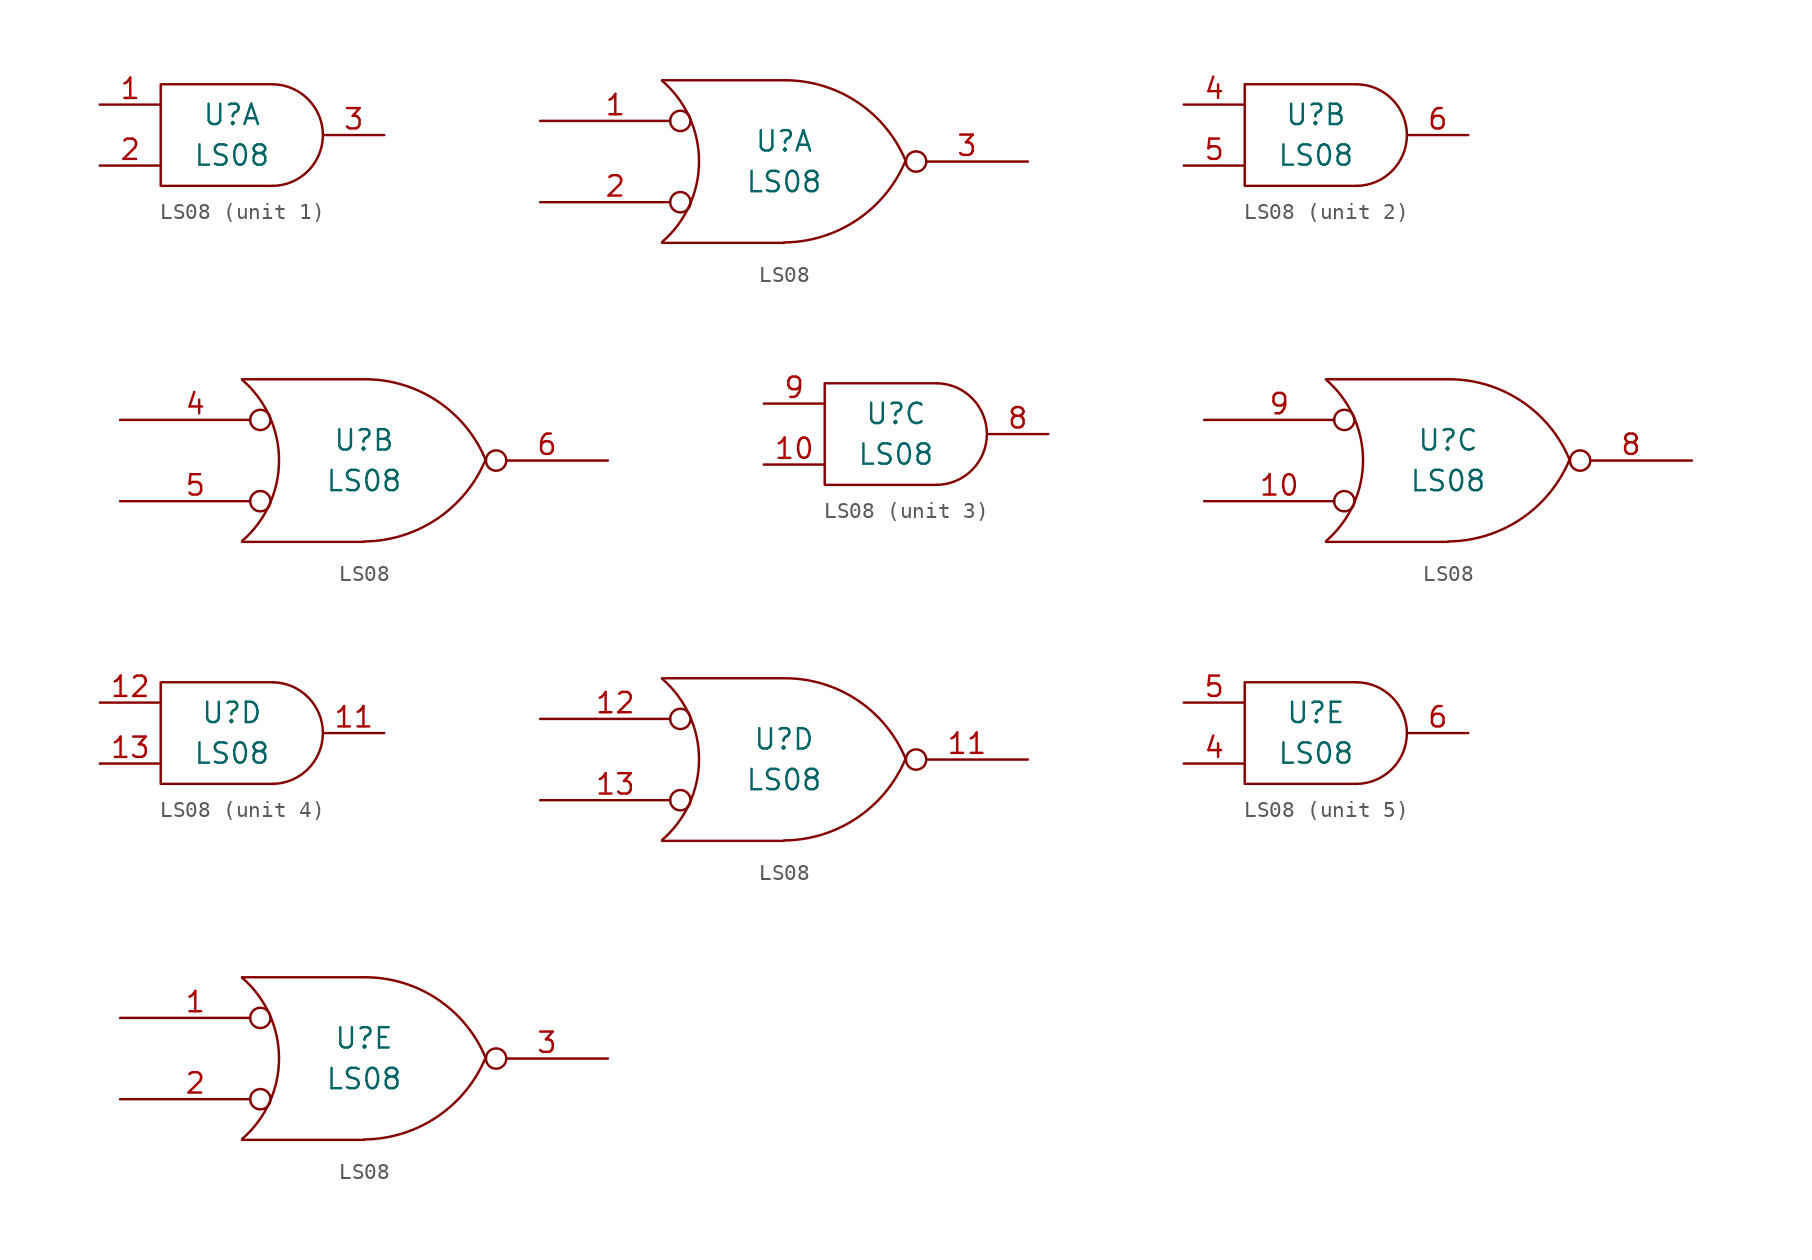
<source format=kicad_sym>
(kicad_symbol_lib
  (version 20211014)
  (generator kicad_symbol_editor)
  (symbol "LS08"
    (pin_names
      (offset 0.762))
    (property "Reference" "U"
      (at 0 1.27 0)
      (effects (font (size 1.27 1.27))))
    (property "Value" "LS08"
      (at 0 -1.27 0)
      (effects (font (size 1.27 1.27))))
    (symbol "LS08_0_1"
      (polyline (pts (xy 2.54 3.175) (xy -4.445 3.175) (xy -4.445 -3.175) (xy 2.54 -3.175)) (stroke (width 0) (type default) (color 0 0 0 0)) (fill (type none)))
      (arc (start 2.54 -3.175) (mid 5.6899 -0.0125) (end 2.5654 3.175) (stroke (width 0) (type default) (color 0 0 0 0)) (fill (type none))))
    (symbol "LS08_0_2"
      (arc (start -7.62 -5.0292) (mid -5.3094 0.0127) (end -7.62 5.0546) (stroke (width 0) (type default) (color 0 0 0 0)) (fill (type none)))
      (arc (start 0 -5.0546) (mid 4.5649 -3.6437) (end 7.5946 0.0508) (stroke (width 0) (type default) (color 0 0 0 0)) (fill (type none)))
      (polyline (pts (xy -7.62 -5.08) (xy 0 -5.08)) (stroke (width 0) (type default) (color 0 0 0 0)) (fill (type none)))
      (polyline (pts (xy -7.62 5.08) (xy 0 5.08)) (stroke (width 0) (type default) (color 0 0 0 0)) (fill (type none)))
      (arc (start 7.62 0) (mid 4.6112 3.6959) (end 0.0508 5.08) (stroke (width 0) (type default) (color 0 0 0 0)) (fill (type none))))
    (symbol "LS08_1_1"
      (pin input line (at -8.255 1.905 0) (length 3.81) (name "~" (effects (font (size 1.27 1.27)))) (number "1" (effects (font (size 1.27 1.27)))))
      (pin input line (at -8.255 -1.905 0) (length 3.81) (name "~" (effects (font (size 1.27 1.27)))) (number "2" (effects (font (size 1.27 1.27)))))
      (pin output line (at 9.525 0 180) (length 3.81) (name "~" (effects (font (size 1.27 1.27)))) (number "3" (effects (font (size 1.27 1.27))))))
    (symbol "LS08_1_2"
      (pin input inverted (at -15.24 2.54 0) (length 9.398) (name "~" (effects (font (size 1.27 1.27)))) (number "1" (effects (font (size 1.27 1.27)))))
      (pin input inverted (at -15.24 -2.54 0) (length 9.398) (name "~" (effects (font (size 1.27 1.27)))) (number "2" (effects (font (size 1.27 1.27)))))
      (pin output inverted (at 15.24 0 180) (length 7.62) (name "~" (effects (font (size 1.27 1.27)))) (number "3" (effects (font (size 1.27 1.27))))))
    (symbol "LS08_2_1"
      (pin input line (at -8.255 1.905 0) (length 3.81) (name "~" (effects (font (size 1.27 1.27)))) (number "4" (effects (font (size 1.27 1.27)))))
      (pin input line (at -8.255 -1.905 0) (length 3.81) (name "~" (effects (font (size 1.27 1.27)))) (number "5" (effects (font (size 1.27 1.27)))))
      (pin output line (at 9.525 0 180) (length 3.81) (name "~" (effects (font (size 1.27 1.27)))) (number "6" (effects (font (size 1.27 1.27))))))
    (symbol "LS08_2_2"
      (pin input inverted (at -15.24 2.54 0) (length 9.398) (name "~" (effects (font (size 1.27 1.27)))) (number "4" (effects (font (size 1.27 1.27)))))
      (pin input inverted (at -15.24 -2.54 0) (length 9.398) (name "~" (effects (font (size 1.27 1.27)))) (number "5" (effects (font (size 1.27 1.27)))))
      (pin output inverted (at 15.24 0 180) (length 7.62) (name "~" (effects (font (size 1.27 1.27)))) (number "6" (effects (font (size 1.27 1.27))))))
    (symbol "LS08_3_1"
      (pin input line (at -8.255 -1.905 0) (length 3.81) (name "~" (effects (font (size 1.27 1.27)))) (number "10" (effects (font (size 1.27 1.27)))))
      (pin output line (at 9.525 0 180) (length 3.81) (name "~" (effects (font (size 1.27 1.27)))) (number "8" (effects (font (size 1.27 1.27)))))
      (pin input line (at -8.255 1.905 0) (length 3.81) (name "~" (effects (font (size 1.27 1.27)))) (number "9" (effects (font (size 1.27 1.27))))))
    (symbol "LS08_3_2"
      (pin input inverted (at -15.24 -2.54 0) (length 9.398) (name "~" (effects (font (size 1.27 1.27)))) (number "10" (effects (font (size 1.27 1.27)))))
      (pin output inverted (at 15.24 0 180) (length 7.62) (name "~" (effects (font (size 1.27 1.27)))) (number "8" (effects (font (size 1.27 1.27)))))
      (pin input inverted (at -15.24 2.54 0) (length 9.398) (name "~" (effects (font (size 1.27 1.27)))) (number "9" (effects (font (size 1.27 1.27))))))
    (symbol "LS08_4_1"
      (pin output line (at 9.525 0 180) (length 3.81) (name "~" (effects (font (size 1.27 1.27)))) (number "11" (effects (font (size 1.27 1.27)))))
      (pin input line (at -8.255 1.905 0) (length 3.81) (name "~" (effects (font (size 1.27 1.27)))) (number "12" (effects (font (size 1.27 1.27)))))
      (pin input line (at -8.255 -1.905 0) (length 3.81) (name "~" (effects (font (size 1.27 1.27)))) (number "13" (effects (font (size 1.27 1.27))))))
    (symbol "LS08_4_2"
      (pin output inverted (at 15.24 0 180) (length 7.62) (name "~" (effects (font (size 1.27 1.27)))) (number "11" (effects (font (size 1.27 1.27)))))
      (pin input inverted (at -15.24 2.54 0) (length 9.398) (name "~" (effects (font (size 1.27 1.27)))) (number "12" (effects (font (size 1.27 1.27)))))
      (pin input inverted (at -15.24 -2.54 0) (length 9.398) (name "~" (effects (font (size 1.27 1.27)))) (number "13" (effects (font (size 1.27 1.27))))))
    (symbol "LS08_5_1"
      (pin input line (at -8.255 -1.905 0) (length 3.81) (name "~" (effects (font (size 1.27 1.27)))) (number "4" (effects (font (size 1.27 1.27)))))
      (pin input line (at -8.255 1.905 0) (length 3.81) (name "~" (effects (font (size 1.27 1.27)))) (number "5" (effects (font (size 1.27 1.27)))))
      (pin output line (at 9.525 0 180) (length 3.81) (name "~" (effects (font (size 1.27 1.27)))) (number "6" (effects (font (size 1.27 1.27))))))
    (symbol "LS08_5_2"
      (pin input inverted (at -15.24 2.54 0) (length 9.398) (name "~" (effects (font (size 1.27 1.27)))) (number "1" (effects (font (size 1.27 1.27)))))
      (pin input inverted (at -15.24 -2.54 0) (length 9.398) (name "~" (effects (font (size 1.27 1.27)))) (number "2" (effects (font (size 1.27 1.27)))))
      (pin output inverted (at 15.24 0 180) (length 7.62) (name "~" (effects (font (size 1.27 1.27)))) (number "3" (effects (font (size 1.27 1.27))))))))
</source>
